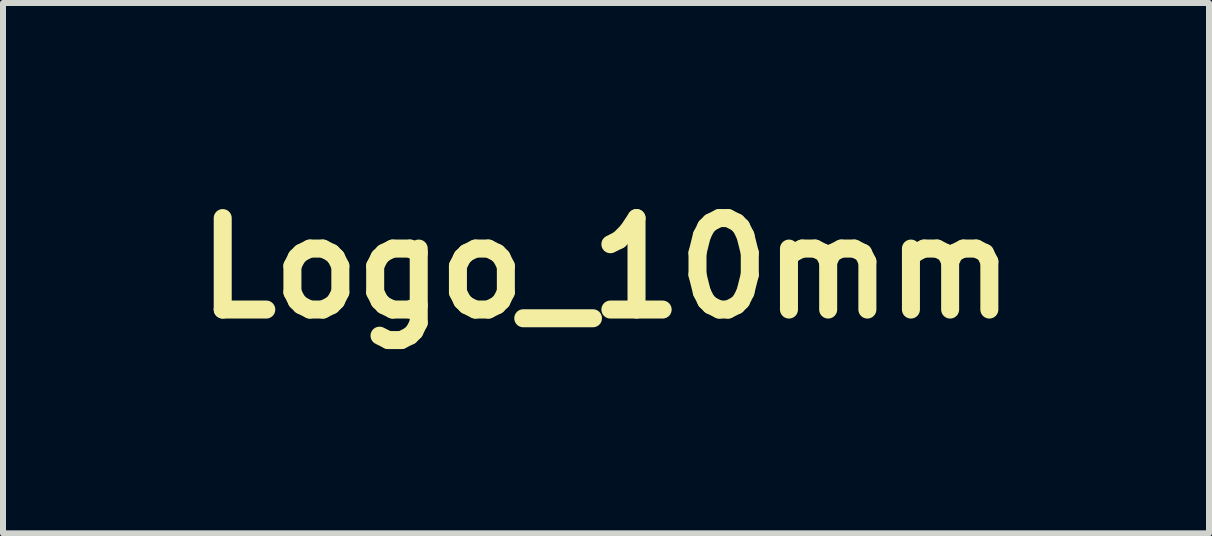
<source format=kicad_pcb>
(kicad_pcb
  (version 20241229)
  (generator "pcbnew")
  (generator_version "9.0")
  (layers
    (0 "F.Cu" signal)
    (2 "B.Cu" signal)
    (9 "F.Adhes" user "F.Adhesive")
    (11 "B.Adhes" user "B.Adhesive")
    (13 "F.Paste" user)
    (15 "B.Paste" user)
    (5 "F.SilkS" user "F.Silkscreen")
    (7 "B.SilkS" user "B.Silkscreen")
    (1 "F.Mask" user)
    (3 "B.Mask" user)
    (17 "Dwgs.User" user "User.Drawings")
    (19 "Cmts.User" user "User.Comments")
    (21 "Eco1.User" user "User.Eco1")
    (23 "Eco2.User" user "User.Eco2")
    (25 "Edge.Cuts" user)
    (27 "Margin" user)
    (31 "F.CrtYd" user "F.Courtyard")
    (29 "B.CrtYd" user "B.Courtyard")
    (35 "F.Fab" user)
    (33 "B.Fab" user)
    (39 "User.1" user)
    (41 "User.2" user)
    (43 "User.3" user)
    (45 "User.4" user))
  (footprint "Logo_10mm"
    (layer "F.Cu")
    (at 7.047 1.418)
    (property "Reference" "Logo_10mm" (at 0 0 0) (layer "F.SilkS") (effects (font (size 1.524 1.524) (thickness 0.3))))
    (attr through_hole)
    (fp_poly (pts (xy 0.071 -0.302) (xy 0.071 -0.246) (xy 0.071 -0.193) (xy 0.07 -0.146) (xy 0.07 -0.144) (xy 0.069 0.041) (xy -0.036 -0.067) (xy -0.142 -0.175) (xy -0.289 -0.175) (xy -0.437 -0.175) (xy -0.437 -0.327) (xy -0.437 -0.48) (xy -0.291 -0.48) (xy -0.145 -0.48) (xy -0.038 -0.592) (xy 0.069 -0.703) (xy 0.07 -0.516) (xy 0.071 -0.469) (xy 0.071 -0.416) (xy 0.071 -0.36) (xy 0.071 -0.302)) (stroke (width 0.1) (type solid)) (fill yes) (layer "F.Mask"))
    (fp_poly (pts (xy 0.561 -0.341) (xy 0.56 -0.275) (xy 0.553 -0.211) (xy 0.542 -0.151) (xy 0.526 -0.095) (xy 0.525 -0.094) (xy 0.502 -0.037) (xy 0.475 0.013) (xy 0.444 0.057) (xy 0.408 0.095) (xy 0.407 0.096) (xy 0.391 0.11) (xy 0.341 0.065) (xy 0.321 0.045) (xy 0.298 0.024) (xy 0.275 0.003) (xy 0.256 -0.016) (xy 0.251 -0.021) (xy 0.21 -0.06) (xy 0.233 -0.085) (xy 0.246 -0.099) (xy 0.257 -0.113) (xy 0.266 -0.125) (xy 0.267 -0.127) (xy 0.285 -0.164) (xy 0.299 -0.207) (xy 0.309 -0.254) (xy 0.315 -0.303) (xy 0.317 -0.354) (xy 0.314 -0.404) (xy 0.307 -0.453) (xy 0.299 -0.488) (xy 0.286 -0.526) (xy 0.27 -0.557) (xy 0.25 -0.584) (xy 0.235 -0.6) (xy 0.209 -0.623) (xy 0.244 -0.658) (xy 0.26 -0.673) (xy 0.279 -0.693) (xy 0.3 -0.713) (xy 0.32 -0.734) (xy 0.327 -0.741) (xy 0.343 -0.757) (xy 0.357 -0.771) (xy 0.368 -0.782) (xy 0.375 -0.788) (xy 0.377 -0.79) (xy 0.383 -0.787) (xy 0.392 -0.78) (xy 0.405 -0.769) (xy 0.418 -0.756) (xy 0.431 -0.742) (xy 0.443 -0.729) (xy 0.446 -0.725) (xy 0.467 -0.695) (xy 0.487 -0.659) (xy 0.506 -0.62) (xy 0.523 -0.579) (xy 0.536 -0.539) (xy 0.538 -0.531) (xy 0.551 -0.47) (xy 0.558 -0.406) (xy 0.561 -0.341)) (stroke (width 0.1) (type solid)) (fill yes) (layer "F.Mask"))
    (fp_poly (pts (xy -3.163 -0.238) (xy -3.204 -0.238) (xy -3.22 -0.238) (xy -3.243 -0.237) (xy -3.269 -0.236) (xy -3.298 -0.236) (xy -3.327 -0.235) (xy -3.336 -0.235) (xy -3.365 -0.234) (xy -3.388 -0.233) (xy -3.405 -0.232) (xy -3.418 -0.231) (xy -3.428 -0.229) (xy -3.436 -0.227) (xy -3.443 -0.224) (xy -3.451 -0.221) (xy -3.452 -0.22) (xy -3.478 -0.205) (xy -3.499 -0.184) (xy -3.515 -0.159) (xy -3.52 -0.149) (xy -3.523 -0.142) (xy -3.525 -0.134) (xy -3.527 -0.127) (xy -3.529 -0.118) (xy -3.531 -0.109) (xy -3.532 -0.098) (xy -3.533 -0.084) (xy -3.534 -0.068) (xy -3.535 -0.049) (xy -3.535 -0.026) (xy -3.536 0.002) (xy -3.536 0.034) (xy -3.536 0.071) (xy -3.536 0.114) (xy -3.535 0.163) (xy -3.535 0.219) (xy -3.534 0.282) (xy -3.534 0.309) (xy -3.531 0.695) (xy -3.72 0.695) (xy -3.909 0.695) (xy -3.909 0.233) (xy -3.909 0.16) (xy -3.909 0.094) (xy -3.909 0.036) (xy -3.909 -0.017) (xy -3.909 -0.063) (xy -3.909 -0.103) (xy -3.908 -0.138) (xy -3.908 -0.169) (xy -3.907 -0.196) (xy -3.906 -0.218) (xy -3.905 -0.238) (xy -3.904 -0.254) (xy -3.903 -0.269) (xy -3.902 -0.281) (xy -3.9 -0.292) (xy -3.898 -0.302) (xy -3.896 -0.312) (xy -3.893 -0.321) (xy -3.891 -0.331) (xy -3.872 -0.384) (xy -3.848 -0.432) (xy -3.818 -0.474) (xy -3.783 -0.512) (xy -3.742 -0.543) (xy -3.697 -0.569) (xy -3.648 -0.588) (xy -3.629 -0.593) (xy -3.616 -0.596) (xy -3.603 -0.599) (xy -3.589 -0.601) (xy -3.573 -0.603) (xy -3.555 -0.604) (xy -3.533 -0.605) (xy -3.507 -0.606) (xy -3.476 -0.607) (xy -3.44 -0.607) (xy -3.397 -0.607) (xy -3.357 -0.607) (xy -3.163 -0.607) (xy -3.163 -0.423) (xy -3.163 -0.238)) (stroke (width 0.1) (type solid)) (fill yes) (layer "F.Mask"))
    (fp_poly (pts (xy -0.603 -0.909) (xy -2.476 -0.908) (xy -4.348 -0.907) (xy -4.382 -0.895) (xy -4.419 -0.878) (xy -4.452 -0.857) (xy -4.481 -0.831) (xy -4.482 -0.829) (xy -4.509 -0.795) (xy -4.531 -0.755) (xy -4.546 -0.711) (xy -4.556 -0.665) (xy -4.56 -0.617) (xy -4.56 -0.615) (xy -4.56 -0.591) (xy -4.302 -0.591) (xy -4.044 -0.591) (xy -4.044 -0.405) (xy -4.044 -0.218) (xy -4.302 -0.218) (xy -4.56 -0.218) (xy -4.56 0.236) (xy -4.56 0.691) (xy -4.785 0.691) (xy -5.009 0.691) (xy -5.007 0.098) (xy -5.007 0.016) (xy -5.007 -0.059) (xy -5.007 -0.127) (xy -5.007 -0.188) (xy -5.006 -0.243) (xy -5.006 -0.292) (xy -5.006 -0.336) (xy -5.005 -0.375) (xy -5.005 -0.41) (xy -5.004 -0.441) (xy -5.004 -0.469) (xy -5.003 -0.493) (xy -5.002 -0.515) (xy -5.001 -0.535) (xy -5 -0.553) (xy -4.998 -0.569) (xy -4.996 -0.585) (xy -4.995 -0.601) (xy -4.993 -0.617) (xy -4.99 -0.633) (xy -4.988 -0.65) (xy -4.985 -0.669) (xy -4.985 -0.673) (xy -4.969 -0.758) (xy -4.95 -0.836) (xy -4.926 -0.909) (xy -4.897 -0.977) (xy -4.863 -1.04) (xy -4.843 -1.071) (xy -4.822 -1.1) (xy -4.798 -1.13) (xy -4.77 -1.16) (xy -4.742 -1.187) (xy -4.715 -1.211) (xy -4.691 -1.229) (xy -4.635 -1.263) (xy -4.573 -1.29) (xy -4.508 -1.312) (xy -4.438 -1.327) (xy -4.393 -1.333) (xy -4.386 -1.334) (xy -4.373 -1.334) (xy -4.353 -1.334) (xy -4.327 -1.335) (xy -4.294 -1.335) (xy -4.255 -1.335) (xy -4.209 -1.335) (xy -4.156 -1.336) (xy -4.096 -1.336) (xy -4.029 -1.336) (xy -3.955 -1.336) (xy -3.873 -1.337) (xy -3.785 -1.337) (xy -3.69 -1.337) (xy -3.587 -1.337) (xy -3.476 -1.337) (xy -3.359 -1.337) (xy -3.234 -1.337) (xy -3.101 -1.337) (xy -2.96 -1.337) (xy -2.812 -1.337) (xy -2.656 -1.337) (xy -2.492 -1.337) (xy -2.479 -1.337) (xy -0.603 -1.337) (xy -0.603 -1.123) (xy -0.603 -0.909)) (stroke (width 0.1) (type solid)) (fill yes) (layer "F.Mask"))
    (fp_poly (pts (xy -1.921 0.21) (xy -2.306 0.21) (xy -2.691 0.21) (xy -2.689 0.219) (xy -2.686 0.227) (xy -2.68 0.239) (xy -2.674 0.254) (xy -2.671 0.261) (xy -2.655 0.288) (xy -2.636 0.314) (xy -2.615 0.335) (xy -2.593 0.351) (xy -2.59 0.353) (xy -2.57 0.363) (xy -2.247 0.364) (xy -1.925 0.365) (xy -1.925 0.53) (xy -1.925 0.695) (xy -2.281 0.694) (xy -2.343 0.694) (xy -2.397 0.694) (xy -2.444 0.694) (xy -2.485 0.694) (xy -2.52 0.694) (xy -2.55 0.693) (xy -2.575 0.693) (xy -2.596 0.693) (xy -2.614 0.692) (xy -2.628 0.692) (xy -2.639 0.691) (xy -2.649 0.69) (xy -2.657 0.689) (xy -2.664 0.688) (xy -2.671 0.687) (xy -2.674 0.686) (xy -2.729 0.671) (xy -2.781 0.648) (xy -2.83 0.618) (xy -2.875 0.582) (xy -2.917 0.537) (xy -2.955 0.486) (xy -2.962 0.476) (xy -2.996 0.417) (xy -3.024 0.356) (xy -3.046 0.291) (xy -3.063 0.223) (xy -3.073 0.15) (xy -3.078 0.073) (xy -3.079 0.006) (xy -3.076 -0.057) (xy -3.07 -0.114) (xy -3.061 -0.166) (xy -3.049 -0.216) (xy -3.032 -0.264) (xy -3.012 -0.312) (xy -3.005 -0.327) (xy -2.972 -0.387) (xy -2.936 -0.439) (xy -2.897 -0.484) (xy -2.854 -0.522) (xy -2.807 -0.554) (xy -2.755 -0.58) (xy -2.699 -0.599) (xy -2.671 -0.606) (xy -2.665 -0.607) (xy -2.658 -0.608) (xy -2.649 -0.609) (xy -2.638 -0.61) (xy -2.624 -0.61) (xy -2.607 -0.611) (xy -2.586 -0.611) (xy -2.561 -0.612) (xy -2.531 -0.612) (xy -2.496 -0.613) (xy -2.455 -0.613) (xy -2.408 -0.613) (xy -2.354 -0.614) (xy -2.292 -0.614) (xy -2.283 -0.614) (xy -1.925 -0.616) (xy -1.925 -0.446) (xy -1.925 -0.276) (xy -2.241 -0.276) (xy -2.558 -0.276) (xy -2.581 -0.265) (xy -2.605 -0.25) (xy -2.628 -0.228) (xy -2.648 -0.202) (xy -2.652 -0.195) (xy -2.659 -0.182) (xy -2.667 -0.166) (xy -2.675 -0.149) (xy -2.682 -0.133) (xy -2.687 -0.119) (xy -2.69 -0.11) (xy -2.691 -0.107) (xy -2.688 -0.107) (xy -2.679 -0.106) (xy -2.664 -0.105) (xy -2.642 -0.105) (xy -2.614 -0.104) (xy -2.579 -0.104) (xy -2.537 -0.104) (xy -2.488 -0.103) (xy -2.432 -0.103) (xy -2.368 -0.103) (xy -2.306 -0.103) (xy -1.921 -0.103) (xy -1.921 0.054) (xy -1.921 0.21)) (stroke (width 0.1) (type solid)) (fill yes) (layer "F.Mask"))
    (fp_poly (pts (xy -0.603 0.21) (xy -0.988 0.21) (xy -1.053 0.21) (xy -1.109 0.21) (xy -1.159 0.21) (xy -1.202 0.211) (xy -1.24 0.211) (xy -1.271 0.211) (xy -1.297 0.211) (xy -1.319 0.212) (xy -1.336 0.212) (xy -1.349 0.212) (xy -1.359 0.213) (xy -1.366 0.214) (xy -1.37 0.214) (xy -1.372 0.215) (xy -1.373 0.216) (xy -1.373 0.216) (xy -1.371 0.225) (xy -1.366 0.238) (xy -1.359 0.254) (xy -1.351 0.271) (xy -1.343 0.287) (xy -1.339 0.292) (xy -1.324 0.313) (xy -1.306 0.332) (xy -1.289 0.347) (xy -1.278 0.353) (xy -1.272 0.356) (xy -1.266 0.358) (xy -1.259 0.361) (xy -1.251 0.362) (xy -1.241 0.364) (xy -1.228 0.365) (xy -1.213 0.366) (xy -1.194 0.367) (xy -1.17 0.368) (xy -1.143 0.368) (xy -1.11 0.369) (xy -1.071 0.369) (xy -1.026 0.369) (xy -0.974 0.369) (xy -0.917 0.369) (xy -0.611 0.369) (xy -0.611 0.534) (xy -0.611 0.699) (xy -0.953 0.698) (xy -1.006 0.698) (xy -1.056 0.698) (xy -1.104 0.697) (xy -1.149 0.697) (xy -1.19 0.697) (xy -1.226 0.696) (xy -1.258 0.696) (xy -1.284 0.696) (xy -1.304 0.695) (xy -1.317 0.695) (xy -1.322 0.694) (xy -1.378 0.684) (xy -1.431 0.666) (xy -1.481 0.641) (xy -1.528 0.609) (xy -1.572 0.57) (xy -1.613 0.525) (xy -1.65 0.474) (xy -1.682 0.416) (xy -1.689 0.403) (xy -1.713 0.347) (xy -1.732 0.29) (xy -1.747 0.23) (xy -1.757 0.167) (xy -1.763 0.099) (xy -1.765 0.065) (xy -1.765 -0.013) (xy -1.759 -0.086) (xy -1.748 -0.156) (xy -1.731 -0.222) (xy -1.708 -0.286) (xy -1.689 -0.327) (xy -1.657 -0.386) (xy -1.621 -0.437) (xy -1.581 -0.483) (xy -1.538 -0.521) (xy -1.491 -0.553) (xy -1.441 -0.578) (xy -1.42 -0.586) (xy -1.409 -0.59) (xy -1.399 -0.593) (xy -1.39 -0.596) (xy -1.381 -0.598) (xy -1.371 -0.601) (xy -1.361 -0.603) (xy -1.349 -0.604) (xy -1.334 -0.605) (xy -1.318 -0.606) (xy -1.298 -0.607) (xy -1.274 -0.608) (xy -1.246 -0.608) (xy -1.213 -0.609) (xy -1.175 -0.609) (xy -1.131 -0.609) (xy -1.08 -0.61) (xy -1.023 -0.61) (xy -0.975 -0.61) (xy -0.611 -0.612) (xy -0.611 -0.443) (xy -0.611 -0.274) (xy -0.932 -0.273) (xy -1.252 -0.272) (xy -1.273 -0.26) (xy -1.288 -0.25) (xy -1.303 -0.237) (xy -1.312 -0.228) (xy -1.326 -0.21) (xy -1.34 -0.187) (xy -1.354 -0.162) (xy -1.365 -0.136) (xy -1.369 -0.125) (xy -1.377 -0.103) (xy -0.99 -0.103) (xy -0.603 -0.103) (xy -0.603 0.054) (xy -0.603 0.21)) (stroke (width 0.1) (type solid)) (fill yes) (layer "F.Mask"))
    (fp_poly (pts (xy 1.304 -0.302) (xy 1.303 -0.261) (xy 1.302 -0.222) (xy 1.301 -0.185) (xy 1.299 -0.154) (xy 1.297 -0.128) (xy 1.296 -0.127) (xy 1.281 -0.03) (xy 1.261 0.062) (xy 1.234 0.149) (xy 1.202 0.23) (xy 1.185 0.266) (xy 1.145 0.339) (xy 1.102 0.405) (xy 1.054 0.465) (xy 1.003 0.518) (xy 0.949 0.564) (xy 0.891 0.603) (xy 0.83 0.635) (xy 0.766 0.66) (xy 0.702 0.676) (xy 0.692 0.678) (xy 0.682 0.68) (xy 0.672 0.682) (xy 0.661 0.683) (xy 0.648 0.684) (xy 0.634 0.686) (xy 0.618 0.686) (xy 0.599 0.687) (xy 0.577 0.688) (xy 0.551 0.689) (xy 0.522 0.689) (xy 0.488 0.69) (xy 0.45 0.69) (xy 0.406 0.69) (xy 0.357 0.69) (xy 0.302 0.69) (xy 0.24 0.69) (xy 0.171 0.691) (xy 0.094 0.691) (xy 0.082 0.691) (xy -0.437 0.691) (xy -0.437 0.47) (xy -0.437 0.25) (xy 0.027 0.25) (xy 0.107 0.25) (xy 0.181 0.25) (xy 0.248 0.25) (xy 0.307 0.249) (xy 0.36 0.249) (xy 0.405 0.249) (xy 0.442 0.248) (xy 0.472 0.248) (xy 0.495 0.247) (xy 0.51 0.246) (xy 0.516 0.246) (xy 0.555 0.237) (xy 0.59 0.222) (xy 0.622 0.202) (xy 0.654 0.175) (xy 0.655 0.173) (xy 0.689 0.135) (xy 0.719 0.09) (xy 0.746 0.038) (xy 0.77 -0.019) (xy 0.789 -0.081) (xy 0.805 -0.148) (xy 0.812 -0.187) (xy 0.815 -0.213) (xy 0.817 -0.244) (xy 0.819 -0.28) (xy 0.82 -0.318) (xy 0.821 -0.356) (xy 0.821 -0.392) (xy 0.819 -0.424) (xy 0.818 -0.443) (xy 0.809 -0.511) (xy 0.797 -0.573) (xy 0.78 -0.632) (xy 0.758 -0.688) (xy 0.744 -0.716) (xy 0.719 -0.763) (xy 0.691 -0.802) (xy 0.662 -0.834) (xy 0.629 -0.861) (xy 0.593 -0.882) (xy 0.59 -0.883) (xy 0.582 -0.887) (xy 0.575 -0.89) (xy 0.568 -0.893) (xy 0.561 -0.896) (xy 0.552 -0.898) (xy 0.543 -0.9) (xy 0.532 -0.902) (xy 0.519 -0.903) (xy 0.503 -0.905) (xy 0.484 -0.906) (xy 0.461 -0.906) (xy 0.435 -0.907) (xy 0.404 -0.908) (xy 0.369 -0.908) (xy 0.328 -0.908) (xy 0.282 -0.908) (xy 0.229 -0.909) (xy 0.17 -0.909) (xy 0.104 -0.909) (xy 0.031 -0.909) (xy -0.437 -0.909) (xy -0.437 -1.123) (xy -0.437 -1.338) (xy 0.104 -1.337) (xy 0.645 -1.335) (xy 0.688 -1.326) (xy 0.756 -1.308) (xy 0.821 -1.283) (xy 0.882 -1.251) (xy 0.939 -1.212) (xy 0.993 -1.166) (xy 1.044 -1.113) (xy 1.092 -1.052) (xy 1.129 -0.996) (xy 1.17 -0.924) (xy 1.205 -0.848) (xy 1.235 -0.769) (xy 1.26 -0.685) (xy 1.28 -0.597) (xy 1.295 -0.502) (xy 1.298 -0.472) (xy 1.301 -0.448) (xy 1.302 -0.417) (xy 1.303 -0.381) (xy 1.304 -0.342) (xy 1.304 -0.302)) (stroke (width 0.1) (type solid)) (fill yes) (layer "F.Mask"))
    (fp_poly (pts (xy 5.012 -0.718) (xy 5.011 -0.693) (xy 5.005 -0.617) (xy 4.992 -0.547) (xy 4.973 -0.48) (xy 4.947 -0.418) (xy 4.915 -0.358) (xy 4.902 -0.338) (xy 4.863 -0.286) (xy 4.82 -0.241) (xy 4.773 -0.203) (xy 4.723 -0.171) (xy 4.668 -0.145) (xy 4.608 -0.126) (xy 4.588 -0.121) (xy 4.581 -0.119) (xy 4.574 -0.118) (xy 4.565 -0.117) (xy 4.553 -0.116) (xy 4.539 -0.115) (xy 4.521 -0.115) (xy 4.499 -0.114) (xy 4.473 -0.114) (xy 4.442 -0.113) (xy 4.404 -0.113) (xy 4.361 -0.112) (xy 4.31 -0.111) (xy 4.27 -0.111) (xy 4.216 -0.111) (xy 4.168 -0.11) (xy 4.127 -0.11) (xy 4.093 -0.109) (xy 4.064 -0.109) (xy 4.039 -0.108) (xy 4.019 -0.108) (xy 4.003 -0.107) (xy 3.99 -0.106) (xy 3.98 -0.105) (xy 3.971 -0.104) (xy 3.964 -0.103) (xy 3.957 -0.102) (xy 3.951 -0.1) (xy 3.949 -0.1) (xy 3.906 -0.085) (xy 3.869 -0.066) (xy 3.837 -0.04) (xy 3.809 -0.009) (xy 3.787 0.029) (xy 3.769 0.072) (xy 3.766 0.083) (xy 3.764 0.089) (xy 3.763 0.095) (xy 3.761 0.101) (xy 3.76 0.108) (xy 3.759 0.116) (xy 3.758 0.127) (xy 3.758 0.14) (xy 3.757 0.157) (xy 3.757 0.178) (xy 3.757 0.204) (xy 3.756 0.234) (xy 3.756 0.271) (xy 3.756 0.313) (xy 3.756 0.363) (xy 3.755 0.402) (xy 3.754 0.691) (xy 3.532 0.691) (xy 3.31 0.691) (xy 3.31 0.334) (xy 3.31 0.268) (xy 3.31 0.209) (xy 3.31 0.157) (xy 3.31 0.111) (xy 3.311 0.071) (xy 3.311 0.036) (xy 3.312 0.006) (xy 3.313 -0.02) (xy 3.314 -0.043) (xy 3.315 -0.063) (xy 3.316 -0.08) (xy 3.318 -0.096) (xy 3.32 -0.11) (xy 3.322 -0.124) (xy 3.324 -0.137) (xy 3.326 -0.146) (xy 3.343 -0.209) (xy 3.365 -0.268) (xy 3.394 -0.322) (xy 3.428 -0.371) (xy 3.467 -0.415) (xy 3.511 -0.453) (xy 3.56 -0.485) (xy 3.614 -0.511) (xy 3.663 -0.527) (xy 3.676 -0.531) (xy 3.689 -0.534) (xy 3.701 -0.537) (xy 3.713 -0.539) (xy 3.726 -0.541) (xy 3.741 -0.543) (xy 3.758 -0.545) (xy 3.777 -0.546) (xy 3.8 -0.547) (xy 3.826 -0.548) (xy 3.857 -0.549) (xy 3.892 -0.549) (xy 3.933 -0.55) (xy 3.981 -0.55) (xy 4.035 -0.551) (xy 4.096 -0.551) (xy 4.106 -0.551) (xy 4.439 -0.554) (xy 4.459 -0.563) (xy 4.486 -0.581) (xy 4.509 -0.604) (xy 4.526 -0.631) (xy 4.538 -0.661) (xy 4.546 -0.693) (xy 4.548 -0.726) (xy 4.545 -0.759) (xy 4.538 -0.791) (xy 4.526 -0.822) (xy 4.509 -0.849) (xy 4.487 -0.873) (xy 4.46 -0.891) (xy 4.452 -0.895) (xy 4.427 -0.907) (xy 3.195 -0.907) (xy 3.078 -0.907) (xy 2.968 -0.907) (xy 2.866 -0.907) (xy 2.771 -0.907) (xy 2.682 -0.907) (xy 2.601 -0.907) (xy 2.525 -0.907) (xy 2.456 -0.907) (xy 2.393 -0.907) (xy 2.335 -0.907) (xy 2.283 -0.906) (xy 2.235 -0.906) (xy 2.193 -0.906) (xy 2.154 -0.906) (xy 2.12 -0.906) (xy 2.09 -0.906) (xy 2.064 -0.905) (xy 2.041 -0.905) (xy 2.022 -0.905) (xy 2.005 -0.904) (xy 1.991 -0.904) (xy 1.979 -0.904) (xy 1.97 -0.903) (xy 1.962 -0.903) (xy 1.956 -0.902) (xy 1.951 -0.902) (xy 1.948 -0.901) (xy 1.945 -0.9) (xy 1.942 -0.9) (xy 1.942 -0.9) (xy 1.922 -0.89) (xy 1.901 -0.874) (xy 1.882 -0.855) (xy 1.867 -0.834) (xy 1.862 -0.827) (xy 1.847 -0.789) (xy 1.839 -0.75) (xy 1.838 -0.71) (xy 1.844 -0.669) (xy 1.857 -0.634) (xy 1.868 -0.615) (xy 1.884 -0.595) (xy 1.903 -0.578) (xy 1.922 -0.565) (xy 1.926 -0.563) (xy 1.947 -0.554) (xy 2.32 -0.551) (xy 2.385 -0.551) (xy 2.443 -0.551) (xy 2.494 -0.55) (xy 2.539 -0.55) (xy 2.579 -0.549) (xy 2.612 -0.549) (xy 2.642 -0.548) (xy 2.667 -0.547) (xy 2.688 -0.546) (xy 2.706 -0.545) (xy 2.722 -0.543) (xy 2.736 -0.541) (xy 2.749 -0.539) (xy 2.76 -0.537) (xy 2.771 -0.534) (xy 2.782 -0.53) (xy 2.794 -0.527) (xy 2.804 -0.524) (xy 2.857 -0.502) (xy 2.908 -0.474) (xy 2.956 -0.439) (xy 3 -0.398) (xy 3.041 -0.352) (xy 3.076 -0.3) (xy 3.099 -0.258) (xy 3.126 -0.197) (xy 3.146 -0.132) (xy 3.161 -0.064) (xy 3.169 0.006) (xy 3.172 0.077) (xy 3.168 0.148) (xy 3.159 0.218) (xy 3.143 0.285) (xy 3.121 0.349) (xy 3.101 0.394) (xy 3.069 0.452) (xy 3.032 0.504) (xy 2.99 0.55) (xy 2.945 0.59) (xy 2.895 0.624) (xy 2.843 0.65) (xy 2.793 0.668) (xy 2.783 0.671) (xy 2.774 0.674) (xy 2.765 0.676) (xy 2.756 0.678) (xy 2.746 0.68) (xy 2.735 0.682) (xy 2.724 0.684) (xy 2.71 0.685) (xy 2.694 0.686) (xy 2.676 0.687) (xy 2.655 0.688) (xy 2.631 0.688) (xy 2.602 0.689) (xy 2.57 0.689) (xy 2.533 0.69) (xy 2.491 0.69) (xy 2.444 0.69) (xy 2.391 0.69) (xy 2.332 0.691) (xy 2.267 0.691) (xy 2.194 0.691) (xy 2.114 0.691) (xy 2.074 0.691) (xy 1.472 0.691) (xy 1.472 0.474) (xy 1.472 0.258) (xy 2.031 0.257) (xy 2.59 0.256) (xy 2.61 0.247) (xy 2.636 0.231) (xy 2.658 0.209) (xy 2.676 0.181) (xy 2.69 0.149) (xy 2.699 0.113) (xy 2.703 0.075) (xy 2.703 0.071) (xy 2.7 0.029) (xy 2.692 -0.008) (xy 2.678 -0.04) (xy 2.657 -0.067) (xy 2.649 -0.075) (xy 2.643 -0.081) (xy 2.638 -0.085) (xy 2.633 -0.09) (xy 2.628 -0.093) (xy 2.622 -0.097) (xy 2.615 -0.099) (xy 2.606 -0.102) (xy 2.595 -0.104) (xy 2.582 -0.105) (xy 2.565 -0.106) (xy 2.544 -0.108) (xy 2.52 -0.108) (xy 2.49 -0.109) (xy 2.456 -0.11) (xy 2.416 -0.11) (xy 2.37 -0.11) (xy 2.317 -0.111) (xy 2.257 -0.111) (xy 2.207 -0.111) (xy 2.142 -0.112) (xy 2.085 -0.112) (xy 2.035 -0.113) (xy 1.991 -0.113) (xy 1.953 -0.113) (xy 1.921 -0.114) (xy 1.894 -0.114) (xy 1.871 -0.115) (xy 1.852 -0.115) (xy 1.837 -0.116) (xy 1.824 -0.117) (xy 1.815 -0.118) (xy 1.807 -0.118) (xy 1.801 -0.119) (xy 1.796 -0.12) (xy 1.741 -0.136) (xy 1.692 -0.155) (xy 1.647 -0.178) (xy 1.605 -0.206) (xy 1.565 -0.241) (xy 1.548 -0.258) (xy 1.504 -0.306) (xy 1.467 -0.358) (xy 1.436 -0.415) (xy 1.411 -0.475) (xy 1.392 -0.54) (xy 1.379 -0.611) (xy 1.379 -0.611) (xy 1.376 -0.64) (xy 1.374 -0.674) (xy 1.373 -0.712) (xy 1.374 -0.751) (xy 1.375 -0.79) (xy 1.378 -0.826) (xy 1.382 -0.858) (xy 1.385 -0.874) (xy 1.403 -0.944) (xy 1.428 -1.011) (xy 1.459 -1.073) (xy 1.497 -1.132) (xy 1.526 -1.167) (xy 1.569 -1.212) (xy 1.617 -1.25) (xy 1.669 -1.281) (xy 1.725 -1.306) (xy 1.786 -1.323) (xy 1.817 -1.33) (xy 1.821 -1.33) (xy 1.826 -1.331) (xy 1.831 -1.332) (xy 1.836 -1.332) (xy 1.843 -1.333) (xy 1.851 -1.333) (xy 1.86 -1.334) (xy 1.871 -1.334) (xy 1.884 -1.335) (xy 1.899 -1.335) (xy 1.917 -1.335) (xy 1.937 -1.336) (xy 1.961 -1.336) (xy 1.987 -1.336) (xy 2.018 -1.336) (xy 2.052 -1.337) (xy 2.09 -1.337) (xy 2.133 -1.337) (xy 2.18 -1.337) (xy 2.232 -1.337) (xy 2.289 -1.337) (xy 2.351 -1.337) (xy 2.419 -1.337) (xy 2.493 -1.337) (xy 2.573 -1.337) (xy 2.66 -1.337) (xy 2.753 -1.337) (xy 2.853 -1.337) (xy 2.96 -1.337) (xy 3.075 -1.337) (xy 3.19 -1.337) (xy 3.314 -1.337) (xy 3.43 -1.337) (xy 3.539 -1.337) (xy 3.641 -1.337) (xy 3.735 -1.337) (xy 3.823 -1.337) (xy 3.905 -1.337) (xy 3.981 -1.337) (xy 4.051 -1.337) (xy 4.115 -1.337) (xy 4.173 -1.337) (xy 4.227 -1.337) (xy 4.276 -1.337) (xy 4.32 -1.336) (xy 4.36 -1.336) (xy 4.396 -1.336) (xy 4.428 -1.335) (xy 4.456 -1.335) (xy 4.481 -1.334) (xy 4.503 -1.333) (xy 4.523 -1.333) (xy 4.539 -1.332) (xy 4.554 -1.331) (xy 4.566 -1.33) (xy 4.577 -1.329) (xy 4.586 -1.328) (xy 4.594 -1.326) (xy 4.601 -1.325) (xy 4.607 -1.323) (xy 4.613 -1.322) (xy 4.619 -1.32) (xy 4.624 -1.318) (xy 4.63 -1.316) (xy 4.637 -1.314) (xy 4.639 -1.313) (xy 4.697 -1.29) (xy 4.751 -1.261) (xy 4.801 -1.225) (xy 4.846 -1.182) (xy 4.888 -1.132) (xy 4.894 -1.123) (xy 4.931 -1.065) (xy 4.96 -1.003) (xy 4.983 -0.937) (xy 5 -0.867) (xy 5.009 -0.794) (xy 5.012 -0.718)) (stroke (width 0.1) (type solid)) (fill yes) (layer "F.Mask")))
  (gr_rect
    (start -3 -3)
    (end 17.093 5.836)
    (stroke (width 0.1) (type default))
    (fill no)
    (layer "Edge.Cuts")))
</source>
